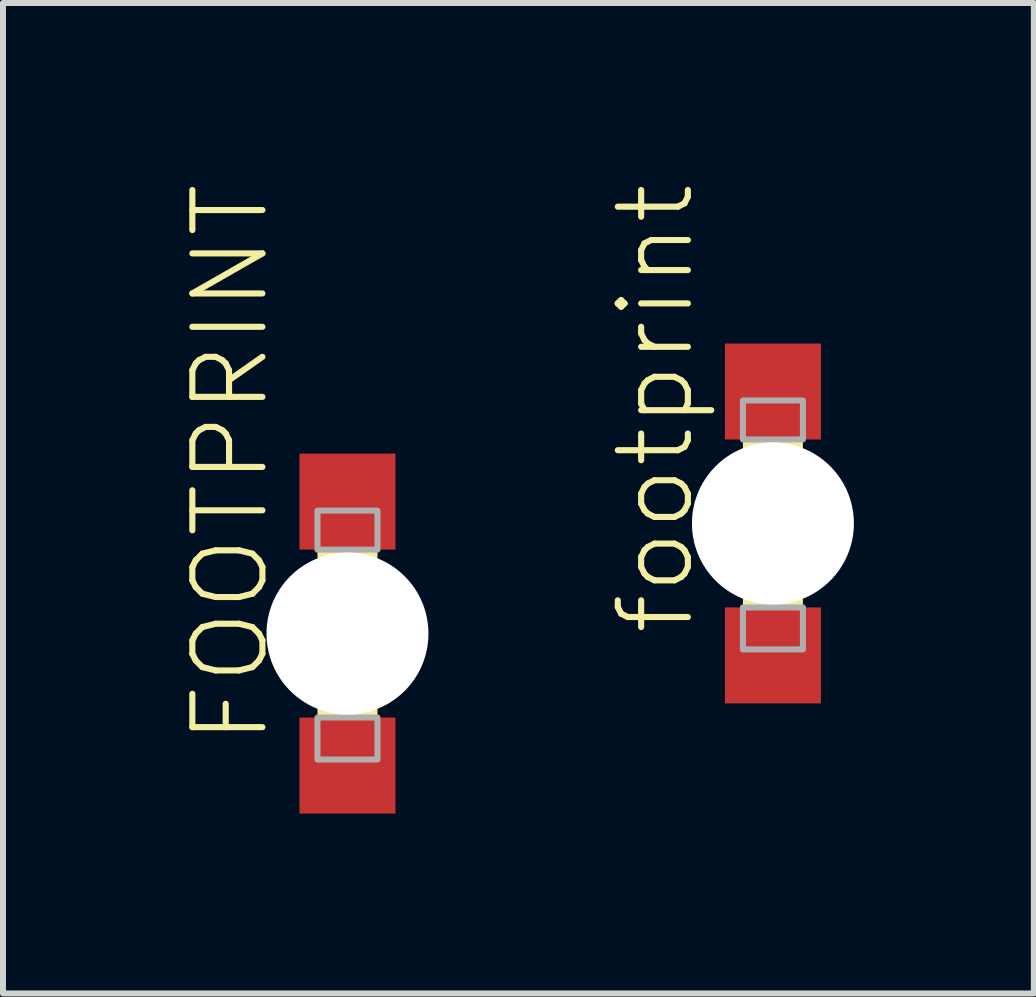
<source format=kicad_pcb>
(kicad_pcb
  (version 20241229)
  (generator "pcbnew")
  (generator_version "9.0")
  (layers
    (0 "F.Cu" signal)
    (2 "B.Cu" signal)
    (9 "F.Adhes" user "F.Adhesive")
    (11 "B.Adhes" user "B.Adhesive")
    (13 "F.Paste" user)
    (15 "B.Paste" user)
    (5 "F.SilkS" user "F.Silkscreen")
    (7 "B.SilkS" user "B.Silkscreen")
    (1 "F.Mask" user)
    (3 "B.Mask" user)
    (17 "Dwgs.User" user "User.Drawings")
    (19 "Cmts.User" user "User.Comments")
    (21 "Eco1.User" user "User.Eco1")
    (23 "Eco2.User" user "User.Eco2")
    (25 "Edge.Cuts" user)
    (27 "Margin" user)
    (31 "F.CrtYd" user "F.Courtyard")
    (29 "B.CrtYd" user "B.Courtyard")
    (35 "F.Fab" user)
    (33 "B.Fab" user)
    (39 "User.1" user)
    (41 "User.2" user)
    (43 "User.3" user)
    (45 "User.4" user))
  (footprint "FOOTPRINT"
    (layer "F.Cu")
    (at 2.743 7.513)
    (property "Reference" "FOOTPRINT" (at -1.27 1.905 90) (layer "F.SilkS") (effects (font (size 1.168 1.168) (thickness 0.102)) (justify left bottom)))
    (fp_poly (pts (xy -0.55 -1.5) (xy 0.55 -1.5) (xy 0.55 -2.1) (xy -0.55 -2.1)) (stroke (width 0) (type solid)) (fill yes) (layer "F.Mask"))
    (fp_poly (pts (xy -0.55 2.1) (xy 0.55 2.1) (xy 0.55 1.5) (xy -0.55 1.5)) (stroke (width 0) (type solid)) (fill yes) (layer "F.Mask"))
    (fp_line (start -0.7 -1) (end 0.7 -1) (stroke (width 0.102) (type solid)) (layer "F.SilkS"))
    (fp_line (start -0.7 0.75) (end -0.7 -1) (stroke (width 0.102) (type solid)) (layer "F.SilkS"))
    (fp_line (start -0.7 1) (end -0.7 0.75) (stroke (width 0.102) (type solid)) (layer "F.SilkS"))
    (fp_line (start -0.45 -0.7) (end 0.45 -0.7) (stroke (width 0.102) (type solid)) (layer "F.SilkS"))
    (fp_line (start -0.45 0.7) (end -0.45 -0.7) (stroke (width 0.102) (type solid)) (layer "F.SilkS"))
    (fp_line (start -0.45 1) (end -0.7 1) (stroke (width 0.102) (type solid)) (layer "F.SilkS"))
    (fp_line (start 0.35 1) (end -0.45 1) (stroke (width 0.102) (type solid)) (layer "F.SilkS"))
    (fp_line (start 0.45 -0.7) (end 0.45 0.7) (stroke (width 0.102) (type solid)) (layer "F.SilkS"))
    (fp_line (start 0.45 0.7) (end -0.45 0.7) (stroke (width 0.102) (type solid)) (layer "F.SilkS"))
    (fp_line (start 0.7 -1) (end 0.7 0.65) (stroke (width 0.102) (type solid)) (layer "F.SilkS"))
    (fp_line (start 0.7 0.65) (end 0.35 1) (stroke (width 0.102) (type solid)) (layer "F.SilkS"))
    (fp_line (start 0.7 0.65) (end 0.7 1) (stroke (width 0.102) (type solid)) (layer "F.SilkS"))
    (fp_line (start 0.7 1) (end 0.35 1) (stroke (width 0.102) (type solid)) (layer "F.SilkS"))
    (fp_poly (pts (xy -0.5 -1) (xy 0.5 -1) (xy 0.5 -1.4) (xy -0.5 -1.4)) (stroke (width 0) (type solid)) (fill yes) (layer "F.SilkS"))
    (fp_poly (pts (xy -0.5 1.4) (xy 0.5 1.4) (xy 0.5 1.05) (xy -0.5 1.05)) (stroke (width 0) (type solid)) (fill yes) (layer "F.SilkS"))
    (fp_poly (pts (xy -0.2 0.4) (xy 0.15 0.4) (xy 0.15 0.05) (xy -0.2 0.05)) (stroke (width 0) (type solid)) (fill yes) (layer "F.SilkS"))
    (fp_poly (pts (xy -0.5 -1.55) (xy 0.5 -1.55) (xy 0.5 -2.05) (xy -0.5 -2.05)) (stroke (width 0) (type solid)) (fill yes) (layer "F.Paste"))
    (fp_poly (pts (xy -0.5 2.05) (xy 0.5 2.05) (xy 0.5 1.55) (xy -0.5 1.55)) (stroke (width 0) (type solid)) (fill yes) (layer "F.Paste"))
    (fp_poly (pts (xy -0.5 -1.4) (xy 0.5 -1.4) (xy 0.5 -2.05) (xy -0.5 -2.05)) (stroke (width 0.1) (type solid)) (fill no) (layer "F.Fab"))
    (fp_poly (pts (xy -0.5 2.1) (xy 0.5 2.1) (xy 0.5 1.4) (xy -0.5 1.4)) (stroke (width 0.1) (type solid)) (fill no) (layer "F.Fab"))
    (pad "" np_thru_hole circle (at 0 0) (size 2.7 2.7) (drill 2.7) (layers "*.Cu" "*.Mask"))
    (pad "A" smd rect (at 0 -2.2) (size 1.6 1.6) (layers "F.Cu"))
    (pad "C" smd rect (at 0 2.2) (size 1.6 1.6) (layers "F.Cu")))
  (footprint "footprint"
    (layer "F.Cu")
    (at 9.836 5.677)
    (property "Reference" "footprint" (at -1.27 1.905 90) (layer "F.SilkS") (effects (font (size 1.168 1.168) (thickness 0.102)) (justify left bottom)))
    (fp_poly (pts (xy -0.55 -1.5) (xy 0.55 -1.5) (xy 0.55 -2.1) (xy -0.55 -2.1)) (stroke (width 0) (type solid)) (fill yes) (layer "F.Mask"))
    (fp_poly (pts (xy -0.55 2.1) (xy 0.55 2.1) (xy 0.55 1.5) (xy -0.55 1.5)) (stroke (width 0) (type solid)) (fill yes) (layer "F.Mask"))
    (fp_line (start -0.7 -1) (end 0.7 -1) (stroke (width 0.102) (type solid)) (layer "F.SilkS"))
    (fp_line (start -0.7 0.75) (end -0.7 -1) (stroke (width 0.102) (type solid)) (layer "F.SilkS"))
    (fp_line (start -0.7 1) (end -0.7 0.75) (stroke (width 0.102) (type solid)) (layer "F.SilkS"))
    (fp_line (start -0.45 -0.7) (end 0.45 -0.7) (stroke (width 0.102) (type solid)) (layer "F.SilkS"))
    (fp_line (start -0.45 0.7) (end -0.45 -0.7) (stroke (width 0.102) (type solid)) (layer "F.SilkS"))
    (fp_line (start -0.45 1) (end -0.7 1) (stroke (width 0.102) (type solid)) (layer "F.SilkS"))
    (fp_line (start 0.35 1) (end -0.45 1) (stroke (width 0.102) (type solid)) (layer "F.SilkS"))
    (fp_line (start 0.45 -0.7) (end 0.45 0.7) (stroke (width 0.102) (type solid)) (layer "F.SilkS"))
    (fp_line (start 0.45 0.7) (end -0.45 0.7) (stroke (width 0.102) (type solid)) (layer "F.SilkS"))
    (fp_line (start 0.7 -1) (end 0.7 0.65) (stroke (width 0.102) (type solid)) (layer "F.SilkS"))
    (fp_line (start 0.7 0.65) (end 0.35 1) (stroke (width 0.102) (type solid)) (layer "F.SilkS"))
    (fp_line (start 0.7 0.65) (end 0.7 1) (stroke (width 0.102) (type solid)) (layer "F.SilkS"))
    (fp_line (start 0.7 1) (end 0.35 1) (stroke (width 0.102) (type solid)) (layer "F.SilkS"))
    (fp_poly (pts (xy -0.5 -1) (xy 0.5 -1) (xy 0.5 -1.4) (xy -0.5 -1.4)) (stroke (width 0) (type solid)) (fill yes) (layer "F.SilkS"))
    (fp_poly (pts (xy -0.5 1.4) (xy 0.5 1.4) (xy 0.5 1.05) (xy -0.5 1.05)) (stroke (width 0) (type solid)) (fill yes) (layer "F.SilkS"))
    (fp_poly (pts (xy -0.2 0.4) (xy 0.15 0.4) (xy 0.15 0.05) (xy -0.2 0.05)) (stroke (width 0) (type solid)) (fill yes) (layer "F.SilkS"))
    (fp_poly (pts (xy -0.5 -1.55) (xy 0.5 -1.55) (xy 0.5 -2.05) (xy -0.5 -2.05)) (stroke (width 0) (type solid)) (fill yes) (layer "F.Paste"))
    (fp_poly (pts (xy -0.5 2.05) (xy 0.5 2.05) (xy 0.5 1.55) (xy -0.5 1.55)) (stroke (width 0) (type solid)) (fill yes) (layer "F.Paste"))
    (fp_poly (pts (xy -0.5 -1.4) (xy 0.5 -1.4) (xy 0.5 -2.05) (xy -0.5 -2.05)) (stroke (width 0.1) (type solid)) (fill no) (layer "F.Fab"))
    (fp_poly (pts (xy -0.5 2.1) (xy 0.5 2.1) (xy 0.5 1.4) (xy -0.5 1.4)) (stroke (width 0.1) (type solid)) (fill no) (layer "F.Fab"))
    (pad "" np_thru_hole circle (at 0 0) (size 2.7 2.7) (drill 2.7) (layers "*.Cu" "*.Mask"))
    (pad "A" smd rect (at 0 -2.2) (size 1.6 1.6) (layers "F.Cu"))
    (pad "C" smd rect (at 0 2.2) (size 1.6 1.6) (layers "F.Cu")))
  (gr_rect
    (start -3 -3)
    (end 14.186 13.513)
    (stroke (width 0.1) (type default))
    (fill no)
    (layer "Edge.Cuts")))
</source>
